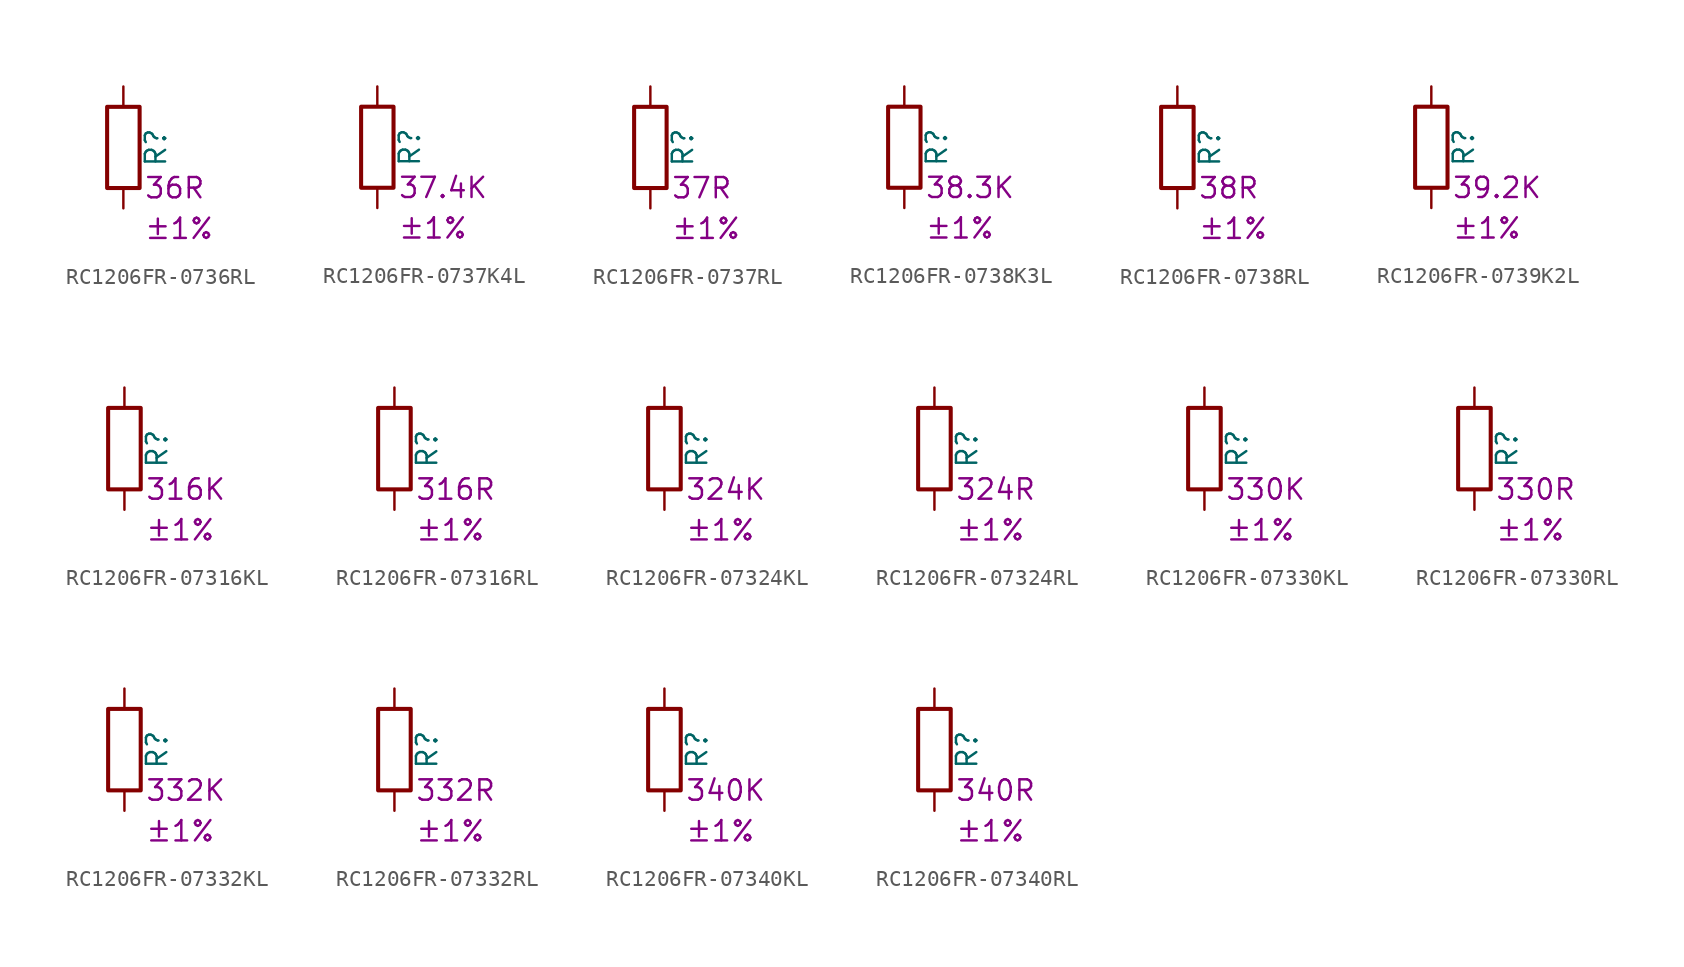
<source format=kicad_sym>
(kicad_symbol_lib
  (version 20220914)
  (generator kicad_symbol_editor)
  (symbol "RC1206FR-0736RL"
    (pin_numbers hide)
    (pin_names
      (offset 0))
    (property "Reference" "R"
      (at 2.032 0 90)
      (effects (font (size 1.27 1.27))))
    (property "Resistance" "36R"
      (at 1.27 -2.54 0)
      (effects (font (size 1.27 1.27)) (justify left)))
    (property "Tolerance" "±1%"
      (at 1.27 -5.08 0)
      (effects (font (size 1.27 1.27)) (justify left)))
    (symbol "RC1206FR-0736RL_0_1"
      (rectangle (start -1.016 -2.54) (end 1.016 2.54) (stroke (width 0.254) (type default)) (fill (type none))))
    (symbol "RC1206FR-0736RL_1_1"
      (pin passive line (at 0 3.81 270) (length 1.27) (name "~" (effects (font (size 1.27 1.27)))) (number "1" (effects (font (size 1.27 1.27)))))
      (pin passive line (at 0 -3.81 90) (length 1.27) (name "~" (effects (font (size 1.27 1.27)))) (number "2" (effects (font (size 1.27 1.27)))))))
  (symbol "RC1206FR-0737K4L"
    (pin_numbers hide)
    (pin_names
      (offset 0))
    (property "Reference" "R"
      (at 2.032 0 90)
      (effects (font (size 1.27 1.27))))
    (property "Resistance" "37.4K"
      (at 1.27 -2.54 0)
      (effects (font (size 1.27 1.27)) (justify left)))
    (property "Tolerance" "±1%"
      (at 1.27 -5.08 0)
      (effects (font (size 1.27 1.27)) (justify left)))
    (symbol "RC1206FR-0737K4L_0_1"
      (rectangle (start -1.016 -2.54) (end 1.016 2.54) (stroke (width 0.254) (type default)) (fill (type none))))
    (symbol "RC1206FR-0737K4L_1_1"
      (pin passive line (at 0 3.81 270) (length 1.27) (name "~" (effects (font (size 1.27 1.27)))) (number "1" (effects (font (size 1.27 1.27)))))
      (pin passive line (at 0 -3.81 90) (length 1.27) (name "~" (effects (font (size 1.27 1.27)))) (number "2" (effects (font (size 1.27 1.27)))))))
  (symbol "RC1206FR-0737RL"
    (pin_numbers hide)
    (pin_names
      (offset 0))
    (property "Reference" "R"
      (at 2.032 0 90)
      (effects (font (size 1.27 1.27))))
    (property "Resistance" "37R"
      (at 1.27 -2.54 0)
      (effects (font (size 1.27 1.27)) (justify left)))
    (property "Tolerance" "±1%"
      (at 1.27 -5.08 0)
      (effects (font (size 1.27 1.27)) (justify left)))
    (symbol "RC1206FR-0737RL_0_1"
      (rectangle (start -1.016 -2.54) (end 1.016 2.54) (stroke (width 0.254) (type default)) (fill (type none))))
    (symbol "RC1206FR-0737RL_1_1"
      (pin passive line (at 0 3.81 270) (length 1.27) (name "~" (effects (font (size 1.27 1.27)))) (number "1" (effects (font (size 1.27 1.27)))))
      (pin passive line (at 0 -3.81 90) (length 1.27) (name "~" (effects (font (size 1.27 1.27)))) (number "2" (effects (font (size 1.27 1.27)))))))
  (symbol "RC1206FR-0738K3L"
    (pin_numbers hide)
    (pin_names
      (offset 0))
    (property "Reference" "R"
      (at 2.032 0 90)
      (effects (font (size 1.27 1.27))))
    (property "Resistance" "38.3K"
      (at 1.27 -2.54 0)
      (effects (font (size 1.27 1.27)) (justify left)))
    (property "Tolerance" "±1%"
      (at 1.27 -5.08 0)
      (effects (font (size 1.27 1.27)) (justify left)))
    (symbol "RC1206FR-0738K3L_0_1"
      (rectangle (start -1.016 -2.54) (end 1.016 2.54) (stroke (width 0.254) (type default)) (fill (type none))))
    (symbol "RC1206FR-0738K3L_1_1"
      (pin passive line (at 0 3.81 270) (length 1.27) (name "~" (effects (font (size 1.27 1.27)))) (number "1" (effects (font (size 1.27 1.27)))))
      (pin passive line (at 0 -3.81 90) (length 1.27) (name "~" (effects (font (size 1.27 1.27)))) (number "2" (effects (font (size 1.27 1.27)))))))
  (symbol "RC1206FR-0738RL"
    (pin_numbers hide)
    (pin_names
      (offset 0))
    (property "Reference" "R"
      (at 2.032 0 90)
      (effects (font (size 1.27 1.27))))
    (property "Resistance" "38R"
      (at 1.27 -2.54 0)
      (effects (font (size 1.27 1.27)) (justify left)))
    (property "Tolerance" "±1%"
      (at 1.27 -5.08 0)
      (effects (font (size 1.27 1.27)) (justify left)))
    (symbol "RC1206FR-0738RL_0_1"
      (rectangle (start -1.016 -2.54) (end 1.016 2.54) (stroke (width 0.254) (type default)) (fill (type none))))
    (symbol "RC1206FR-0738RL_1_1"
      (pin passive line (at 0 3.81 270) (length 1.27) (name "~" (effects (font (size 1.27 1.27)))) (number "1" (effects (font (size 1.27 1.27)))))
      (pin passive line (at 0 -3.81 90) (length 1.27) (name "~" (effects (font (size 1.27 1.27)))) (number "2" (effects (font (size 1.27 1.27)))))))
  (symbol "RC1206FR-0739K2L"
    (pin_numbers hide)
    (pin_names
      (offset 0))
    (property "Reference" "R"
      (at 2.032 0 90)
      (effects (font (size 1.27 1.27))))
    (property "Resistance" "39.2K"
      (at 1.27 -2.54 0)
      (effects (font (size 1.27 1.27)) (justify left)))
    (property "Tolerance" "±1%"
      (at 1.27 -5.08 0)
      (effects (font (size 1.27 1.27)) (justify left)))
    (symbol "RC1206FR-0739K2L_0_1"
      (rectangle (start -1.016 -2.54) (end 1.016 2.54) (stroke (width 0.254) (type default)) (fill (type none))))
    (symbol "RC1206FR-0739K2L_1_1"
      (pin passive line (at 0 3.81 270) (length 1.27) (name "~" (effects (font (size 1.27 1.27)))) (number "1" (effects (font (size 1.27 1.27)))))
      (pin passive line (at 0 -3.81 90) (length 1.27) (name "~" (effects (font (size 1.27 1.27)))) (number "2" (effects (font (size 1.27 1.27)))))))
  (symbol "RC1206FR-07316KL"
    (pin_numbers hide)
    (pin_names
      (offset 0))
    (property "Reference" "R"
      (at 2.032 0 90)
      (effects (font (size 1.27 1.27))))
    (property "Resistance" "316K"
      (at 1.27 -2.54 0)
      (effects (font (size 1.27 1.27)) (justify left)))
    (property "Tolerance" "±1%"
      (at 1.27 -5.08 0)
      (effects (font (size 1.27 1.27)) (justify left)))
    (symbol "RC1206FR-07316KL_0_1"
      (rectangle (start -1.016 -2.54) (end 1.016 2.54) (stroke (width 0.254) (type default)) (fill (type none))))
    (symbol "RC1206FR-07316KL_1_1"
      (pin passive line (at 0 3.81 270) (length 1.27) (name "~" (effects (font (size 1.27 1.27)))) (number "1" (effects (font (size 1.27 1.27)))))
      (pin passive line (at 0 -3.81 90) (length 1.27) (name "~" (effects (font (size 1.27 1.27)))) (number "2" (effects (font (size 1.27 1.27)))))))
  (symbol "RC1206FR-07316RL"
    (pin_numbers hide)
    (pin_names
      (offset 0))
    (property "Reference" "R"
      (at 2.032 0 90)
      (effects (font (size 1.27 1.27))))
    (property "Resistance" "316R"
      (at 1.27 -2.54 0)
      (effects (font (size 1.27 1.27)) (justify left)))
    (property "Tolerance" "±1%"
      (at 1.27 -5.08 0)
      (effects (font (size 1.27 1.27)) (justify left)))
    (symbol "RC1206FR-07316RL_0_1"
      (rectangle (start -1.016 -2.54) (end 1.016 2.54) (stroke (width 0.254) (type default)) (fill (type none))))
    (symbol "RC1206FR-07316RL_1_1"
      (pin passive line (at 0 3.81 270) (length 1.27) (name "~" (effects (font (size 1.27 1.27)))) (number "1" (effects (font (size 1.27 1.27)))))
      (pin passive line (at 0 -3.81 90) (length 1.27) (name "~" (effects (font (size 1.27 1.27)))) (number "2" (effects (font (size 1.27 1.27)))))))
  (symbol "RC1206FR-07324KL"
    (pin_numbers hide)
    (pin_names
      (offset 0))
    (property "Reference" "R"
      (at 2.032 0 90)
      (effects (font (size 1.27 1.27))))
    (property "Resistance" "324K"
      (at 1.27 -2.54 0)
      (effects (font (size 1.27 1.27)) (justify left)))
    (property "Tolerance" "±1%"
      (at 1.27 -5.08 0)
      (effects (font (size 1.27 1.27)) (justify left)))
    (symbol "RC1206FR-07324KL_0_1"
      (rectangle (start -1.016 -2.54) (end 1.016 2.54) (stroke (width 0.254) (type default)) (fill (type none))))
    (symbol "RC1206FR-07324KL_1_1"
      (pin passive line (at 0 3.81 270) (length 1.27) (name "~" (effects (font (size 1.27 1.27)))) (number "1" (effects (font (size 1.27 1.27)))))
      (pin passive line (at 0 -3.81 90) (length 1.27) (name "~" (effects (font (size 1.27 1.27)))) (number "2" (effects (font (size 1.27 1.27)))))))
  (symbol "RC1206FR-07324RL"
    (pin_numbers hide)
    (pin_names
      (offset 0))
    (property "Reference" "R"
      (at 2.032 0 90)
      (effects (font (size 1.27 1.27))))
    (property "Resistance" "324R"
      (at 1.27 -2.54 0)
      (effects (font (size 1.27 1.27)) (justify left)))
    (property "Tolerance" "±1%"
      (at 1.27 -5.08 0)
      (effects (font (size 1.27 1.27)) (justify left)))
    (symbol "RC1206FR-07324RL_0_1"
      (rectangle (start -1.016 -2.54) (end 1.016 2.54) (stroke (width 0.254) (type default)) (fill (type none))))
    (symbol "RC1206FR-07324RL_1_1"
      (pin passive line (at 0 3.81 270) (length 1.27) (name "~" (effects (font (size 1.27 1.27)))) (number "1" (effects (font (size 1.27 1.27)))))
      (pin passive line (at 0 -3.81 90) (length 1.27) (name "~" (effects (font (size 1.27 1.27)))) (number "2" (effects (font (size 1.27 1.27)))))))
  (symbol "RC1206FR-07330KL"
    (pin_numbers hide)
    (pin_names
      (offset 0))
    (property "Reference" "R"
      (at 2.032 0 90)
      (effects (font (size 1.27 1.27))))
    (property "Resistance" "330K"
      (at 1.27 -2.54 0)
      (effects (font (size 1.27 1.27)) (justify left)))
    (property "Tolerance" "±1%"
      (at 1.27 -5.08 0)
      (effects (font (size 1.27 1.27)) (justify left)))
    (symbol "RC1206FR-07330KL_0_1"
      (rectangle (start -1.016 -2.54) (end 1.016 2.54) (stroke (width 0.254) (type default)) (fill (type none))))
    (symbol "RC1206FR-07330KL_1_1"
      (pin passive line (at 0 3.81 270) (length 1.27) (name "~" (effects (font (size 1.27 1.27)))) (number "1" (effects (font (size 1.27 1.27)))))
      (pin passive line (at 0 -3.81 90) (length 1.27) (name "~" (effects (font (size 1.27 1.27)))) (number "2" (effects (font (size 1.27 1.27)))))))
  (symbol "RC1206FR-07330RL"
    (pin_numbers hide)
    (pin_names
      (offset 0))
    (property "Reference" "R"
      (at 2.032 0 90)
      (effects (font (size 1.27 1.27))))
    (property "Resistance" "330R"
      (at 1.27 -2.54 0)
      (effects (font (size 1.27 1.27)) (justify left)))
    (property "Tolerance" "±1%"
      (at 1.27 -5.08 0)
      (effects (font (size 1.27 1.27)) (justify left)))
    (symbol "RC1206FR-07330RL_0_1"
      (rectangle (start -1.016 -2.54) (end 1.016 2.54) (stroke (width 0.254) (type default)) (fill (type none))))
    (symbol "RC1206FR-07330RL_1_1"
      (pin passive line (at 0 3.81 270) (length 1.27) (name "~" (effects (font (size 1.27 1.27)))) (number "1" (effects (font (size 1.27 1.27)))))
      (pin passive line (at 0 -3.81 90) (length 1.27) (name "~" (effects (font (size 1.27 1.27)))) (number "2" (effects (font (size 1.27 1.27)))))))
  (symbol "RC1206FR-07332KL"
    (pin_numbers hide)
    (pin_names
      (offset 0))
    (property "Reference" "R"
      (at 2.032 0 90)
      (effects (font (size 1.27 1.27))))
    (property "Resistance" "332K"
      (at 1.27 -2.54 0)
      (effects (font (size 1.27 1.27)) (justify left)))
    (property "Tolerance" "±1%"
      (at 1.27 -5.08 0)
      (effects (font (size 1.27 1.27)) (justify left)))
    (symbol "RC1206FR-07332KL_0_1"
      (rectangle (start -1.016 -2.54) (end 1.016 2.54) (stroke (width 0.254) (type default)) (fill (type none))))
    (symbol "RC1206FR-07332KL_1_1"
      (pin passive line (at 0 3.81 270) (length 1.27) (name "~" (effects (font (size 1.27 1.27)))) (number "1" (effects (font (size 1.27 1.27)))))
      (pin passive line (at 0 -3.81 90) (length 1.27) (name "~" (effects (font (size 1.27 1.27)))) (number "2" (effects (font (size 1.27 1.27)))))))
  (symbol "RC1206FR-07332RL"
    (pin_numbers hide)
    (pin_names
      (offset 0))
    (property "Reference" "R"
      (at 2.032 0 90)
      (effects (font (size 1.27 1.27))))
    (property "Resistance" "332R"
      (at 1.27 -2.54 0)
      (effects (font (size 1.27 1.27)) (justify left)))
    (property "Tolerance" "±1%"
      (at 1.27 -5.08 0)
      (effects (font (size 1.27 1.27)) (justify left)))
    (symbol "RC1206FR-07332RL_0_1"
      (rectangle (start -1.016 -2.54) (end 1.016 2.54) (stroke (width 0.254) (type default)) (fill (type none))))
    (symbol "RC1206FR-07332RL_1_1"
      (pin passive line (at 0 3.81 270) (length 1.27) (name "~" (effects (font (size 1.27 1.27)))) (number "1" (effects (font (size 1.27 1.27)))))
      (pin passive line (at 0 -3.81 90) (length 1.27) (name "~" (effects (font (size 1.27 1.27)))) (number "2" (effects (font (size 1.27 1.27)))))))
  (symbol "RC1206FR-07340KL"
    (pin_numbers hide)
    (pin_names
      (offset 0))
    (property "Reference" "R"
      (at 2.032 0 90)
      (effects (font (size 1.27 1.27))))
    (property "Resistance" "340K"
      (at 1.27 -2.54 0)
      (effects (font (size 1.27 1.27)) (justify left)))
    (property "Tolerance" "±1%"
      (at 1.27 -5.08 0)
      (effects (font (size 1.27 1.27)) (justify left)))
    (symbol "RC1206FR-07340KL_0_1"
      (rectangle (start -1.016 -2.54) (end 1.016 2.54) (stroke (width 0.254) (type default)) (fill (type none))))
    (symbol "RC1206FR-07340KL_1_1"
      (pin passive line (at 0 3.81 270) (length 1.27) (name "~" (effects (font (size 1.27 1.27)))) (number "1" (effects (font (size 1.27 1.27)))))
      (pin passive line (at 0 -3.81 90) (length 1.27) (name "~" (effects (font (size 1.27 1.27)))) (number "2" (effects (font (size 1.27 1.27)))))))
  (symbol "RC1206FR-07340RL"
    (pin_numbers hide)
    (pin_names
      (offset 0))
    (property "Reference" "R"
      (at 2.032 0 90)
      (effects (font (size 1.27 1.27))))
    (property "Resistance" "340R"
      (at 1.27 -2.54 0)
      (effects (font (size 1.27 1.27)) (justify left)))
    (property "Tolerance" "±1%"
      (at 1.27 -5.08 0)
      (effects (font (size 1.27 1.27)) (justify left)))
    (symbol "RC1206FR-07340RL_0_1"
      (rectangle (start -1.016 -2.54) (end 1.016 2.54) (stroke (width 0.254) (type default)) (fill (type none))))
    (symbol "RC1206FR-07340RL_1_1"
      (pin passive line (at 0 3.81 270) (length 1.27) (name "~" (effects (font (size 1.27 1.27)))) (number "1" (effects (font (size 1.27 1.27)))))
      (pin passive line (at 0 -3.81 90) (length 1.27) (name "~" (effects (font (size 1.27 1.27)))) (number "2" (effects (font (size 1.27 1.27))))))))
</source>
